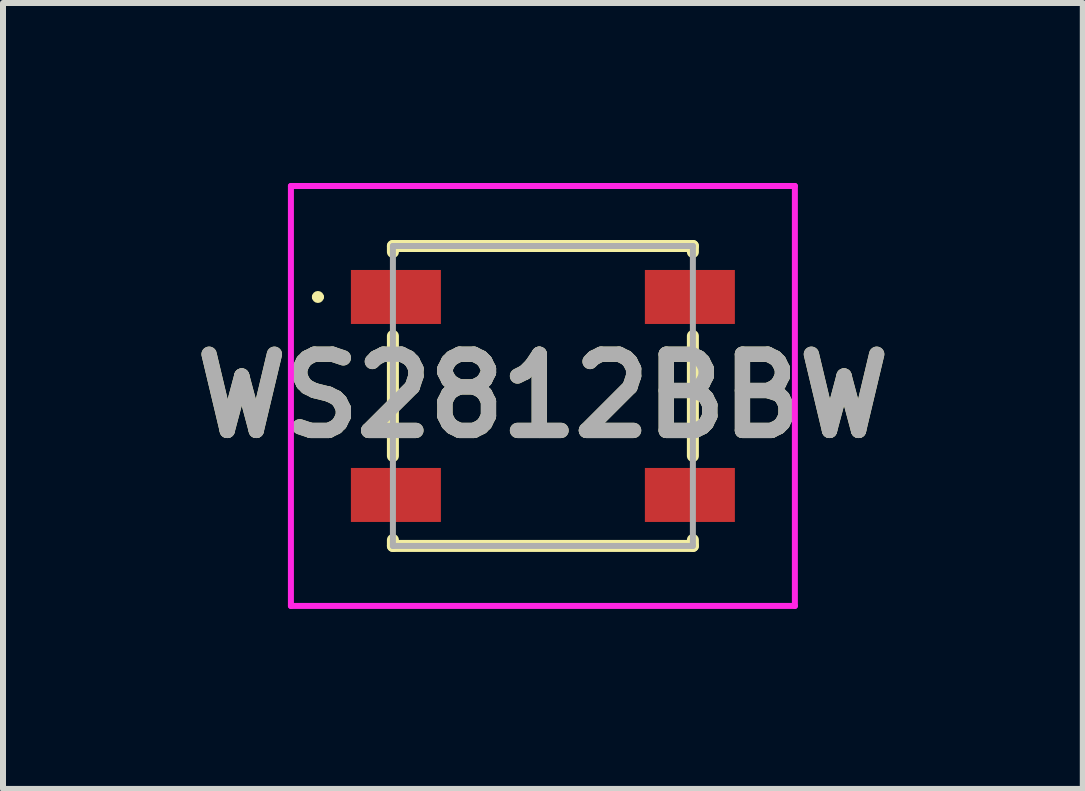
<source format=kicad_pcb>
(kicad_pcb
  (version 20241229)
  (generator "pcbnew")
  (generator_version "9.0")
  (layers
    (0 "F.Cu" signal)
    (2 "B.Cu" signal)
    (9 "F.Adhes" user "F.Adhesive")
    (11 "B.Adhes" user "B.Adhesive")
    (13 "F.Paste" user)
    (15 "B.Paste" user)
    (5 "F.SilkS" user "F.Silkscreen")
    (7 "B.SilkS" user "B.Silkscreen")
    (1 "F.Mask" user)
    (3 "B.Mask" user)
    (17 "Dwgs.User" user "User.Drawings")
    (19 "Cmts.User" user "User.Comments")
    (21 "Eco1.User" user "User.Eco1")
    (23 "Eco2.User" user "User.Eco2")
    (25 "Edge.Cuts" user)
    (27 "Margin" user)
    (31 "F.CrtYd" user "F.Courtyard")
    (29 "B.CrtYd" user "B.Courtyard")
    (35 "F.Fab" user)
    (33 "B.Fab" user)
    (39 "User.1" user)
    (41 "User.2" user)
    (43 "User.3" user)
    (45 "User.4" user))
  (footprint "WS2812BBW"
    (layer "F.Cu")
    (at 5.999 3.55)
    (property "Reference" "WS2812BBW" (at 0 0 0) (layer "F.SilkS") (effects (font (size 1.27 1.27) (thickness 0.254))))
    (attr smd)
    (fp_line (start -3.8 -1.65) (end -3.8 -1.65) (stroke (width 0.1) (type solid)) (layer "F.SilkS"))
    (fp_line (start -3.7 -1.65) (end -3.7 -1.65) (stroke (width 0.1) (type solid)) (layer "F.SilkS"))
    (fp_line (start -2.5 -2.5) (end 2.5 -2.5) (stroke (width 0.2) (type solid)) (layer "F.SilkS"))
    (fp_line (start -2.5 -2.4) (end -2.5 -2.5) (stroke (width 0.2) (type solid)) (layer "F.SilkS"))
    (fp_line (start -2.5 -1) (end -2.5 1) (stroke (width 0.2) (type solid)) (layer "F.SilkS"))
    (fp_line (start -2.5 2.5) (end -2.5 2.4) (stroke (width 0.2) (type solid)) (layer "F.SilkS"))
    (fp_line (start 2.5 -2.5) (end 2.5 -2.4) (stroke (width 0.2) (type solid)) (layer "F.SilkS"))
    (fp_line (start 2.5 -1) (end 2.5 1) (stroke (width 0.2) (type solid)) (layer "F.SilkS"))
    (fp_line (start 2.5 2.4) (end 2.5 2.5) (stroke (width 0.2) (type solid)) (layer "F.SilkS"))
    (fp_line (start 2.5 2.5) (end -2.5 2.5) (stroke (width 0.2) (type solid)) (layer "F.SilkS"))
    (fp_arc (start -3.8 -1.65) (mid -3.75 -1.7) (end -3.7 -1.65) (stroke (width 0.1) (type solid)) (layer "F.SilkS"))
    (fp_arc (start -3.7 -1.65) (mid -3.75 -1.6) (end -3.8 -1.65) (stroke (width 0.1) (type solid)) (layer "F.SilkS"))
    (fp_line (start -4.2 -3.5) (end 4.2 -3.5) (stroke (width 0.1) (type solid)) (layer "F.CrtYd"))
    (fp_line (start -4.2 3.5) (end -4.2 -3.5) (stroke (width 0.1) (type solid)) (layer "F.CrtYd"))
    (fp_line (start 4.2 -3.5) (end 4.2 3.5) (stroke (width 0.1) (type solid)) (layer "F.CrtYd"))
    (fp_line (start 4.2 3.5) (end -4.2 3.5) (stroke (width 0.1) (type solid)) (layer "F.CrtYd"))
    (fp_line (start -2.5 -2.5) (end -2.5 2.5) (stroke (width 0.1) (type solid)) (layer "F.Fab"))
    (fp_line (start -2.5 2.5) (end 2.5 2.5) (stroke (width 0.1) (type solid)) (layer "F.Fab"))
    (fp_line (start 2.5 -2.5) (end -2.5 -2.5) (stroke (width 0.1) (type solid)) (layer "F.Fab"))
    (fp_line (start 2.5 2.5) (end 2.5 -2.5) (stroke (width 0.1) (type solid)) (layer "F.Fab"))
    (fp_text user "${REFERENCE}" (at 0 0 0) (layer "F.Fab") (effects (font (size 1.27 1.27) (thickness 0.254))))
    (pad "1" smd rect (at -2.45 -1.65 90) (size 0.9 1.5) (layers "F.Cu" "F.Mask" "F.Paste"))
    (pad "2" smd rect (at -2.45 1.65 90) (size 0.9 1.5) (layers "F.Cu" "F.Mask" "F.Paste"))
    (pad "3" smd rect (at 2.45 1.65 90) (size 0.9 1.5) (layers "F.Cu" "F.Mask" "F.Paste"))
    (pad "4" smd rect (at 2.45 -1.65 90) (size 0.9 1.5) (layers "F.Cu" "F.Mask" "F.Paste")))
  (gr_rect
    (start -3 -3)
    (end 14.998 10.1)
    (stroke (width 0.1) (type default))
    (fill no)
    (layer "Edge.Cuts")))
</source>
